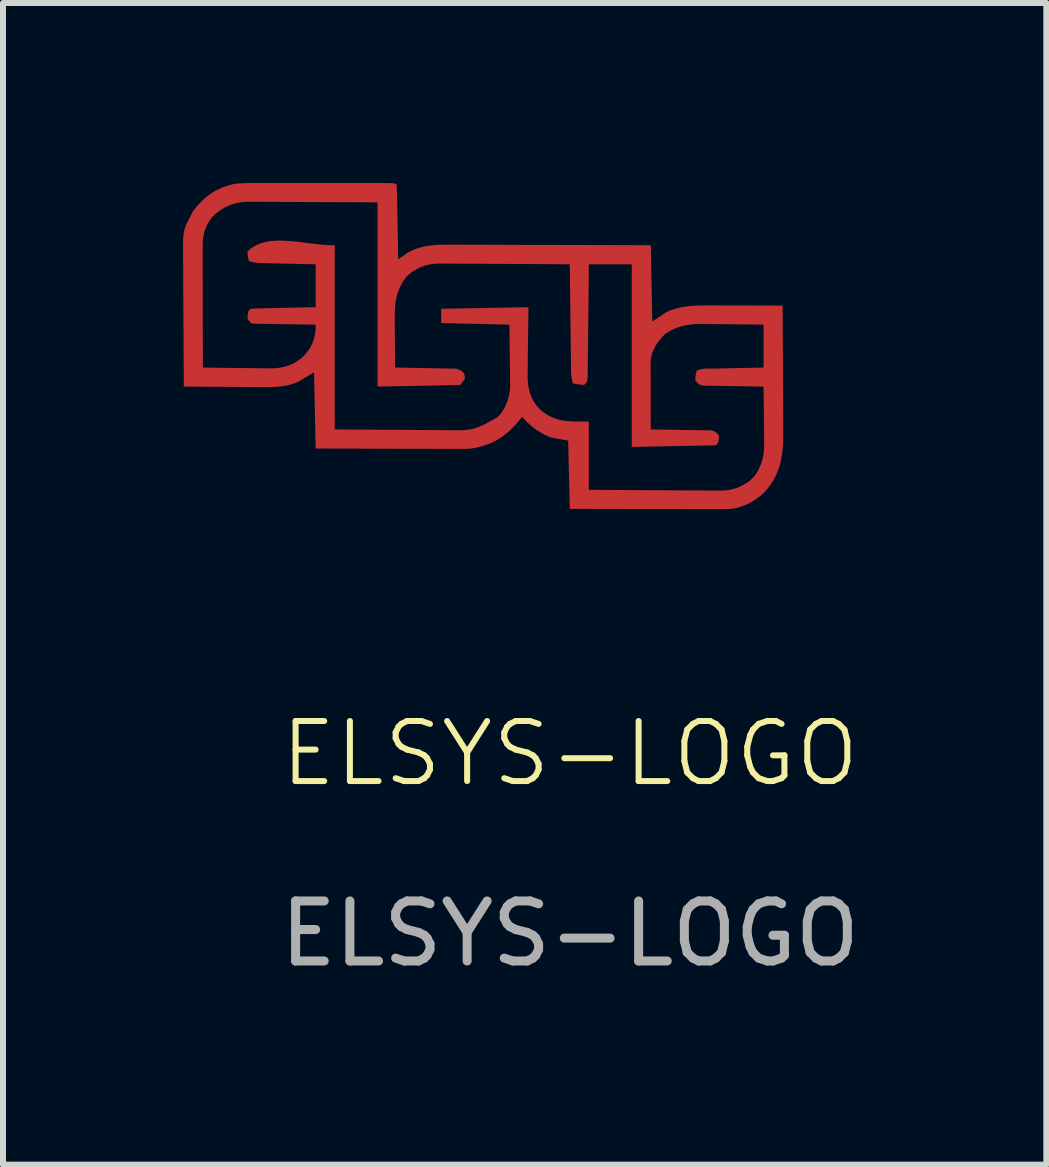
<source format=kicad_pcb>
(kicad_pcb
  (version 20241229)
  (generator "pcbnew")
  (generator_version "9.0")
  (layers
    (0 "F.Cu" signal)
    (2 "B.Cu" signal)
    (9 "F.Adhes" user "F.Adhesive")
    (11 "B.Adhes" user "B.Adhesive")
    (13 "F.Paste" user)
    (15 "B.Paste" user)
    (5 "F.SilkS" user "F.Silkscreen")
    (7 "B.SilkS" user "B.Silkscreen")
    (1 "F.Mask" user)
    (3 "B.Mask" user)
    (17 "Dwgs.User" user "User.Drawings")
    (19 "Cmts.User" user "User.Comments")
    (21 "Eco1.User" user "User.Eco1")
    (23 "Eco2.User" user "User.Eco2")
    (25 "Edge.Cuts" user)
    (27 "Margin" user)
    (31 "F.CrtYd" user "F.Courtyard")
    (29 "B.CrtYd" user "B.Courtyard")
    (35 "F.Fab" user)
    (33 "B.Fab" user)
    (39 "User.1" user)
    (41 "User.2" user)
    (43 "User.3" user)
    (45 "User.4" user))
  (footprint "ELSYS-LOGO"
    (layer "F.Cu")
    (at 6.446 10.004)
    (property "Reference" "ELSYS-LOGO" (at 0 -0.5 0) (unlocked yes) (layer "F.SilkS") (effects (font (size 1 1) (thickness 0.1))))
    (fp_poly (pts (xy -3.153 -10.004) (xy -3.081 -10.004) (xy -3.027 -10.004) (xy -2.986 -10.003) (xy -2.956 -10.002) (xy -2.944 -10.001) (xy -2.934 -10) (xy -2.926 -9.998) (xy -2.919 -9.996) (xy -2.913 -9.994) (xy -2.908 -9.991) (xy -2.903 -9.988) (xy -2.898 -9.984) (xy -2.888 -9.974) (xy -2.886 -9.945) (xy -2.885 -9.916) (xy -2.884 -9.886) (xy -2.883 -9.857) (xy -2.881 -9.782) (xy -2.88 -9.7) (xy -2.878 -9.616) (xy -2.873 -9.351) (xy -2.87 -9.171) (xy -2.862 -8.731) (xy -2.819 -8.763) (xy -2.759 -8.805) (xy -2.702 -8.847) (xy -2.659 -8.869) (xy -2.616 -8.889) (xy -2.573 -8.906) (xy -2.529 -8.921) (xy -2.486 -8.933) (xy -2.443 -8.944) (xy -2.399 -8.953) (xy -2.356 -8.96) (xy -2.312 -8.966) (xy -2.267 -8.97) (xy -2.222 -8.974) (xy -2.177 -8.976) (xy -2.084 -8.978) (xy -1.989 -8.978) (xy -1.879 -8.978) (xy -1.732 -8.978) (xy -1.584 -8.977) (xy -1.275 -8.976) (xy -0.69 -8.974) (xy -0.024 -8.973) (xy 1.345 -8.969) (xy 1.371 -7.699) (xy 1.61 -7.857) (xy 1.656 -7.877) (xy 1.702 -7.894) (xy 1.748 -7.908) (xy 1.794 -7.921) (xy 1.84 -7.931) (xy 1.886 -7.94) (xy 1.931 -7.947) (xy 1.977 -7.953) (xy 2.024 -7.958) (xy 2.07 -7.961) (xy 2.164 -7.965) (xy 2.261 -7.966) (xy 2.36 -7.966) (xy 2.463 -7.966) (xy 2.731 -7.965) (xy 3.005 -7.965) (xy 3.541 -7.963) (xy 3.547 -6.985) (xy 3.549 -6.53) (xy 3.55 -6.311) (xy 3.551 -6.091) (xy 3.552 -6.008) (xy 3.552 -5.925) (xy 3.552 -5.772) (xy 3.55 -5.699) (xy 3.546 -5.626) (xy 3.54 -5.556) (xy 3.531 -5.486) (xy 3.52 -5.418) (xy 3.506 -5.351) (xy 3.488 -5.285) (xy 3.466 -5.22) (xy 3.44 -5.156) (xy 3.409 -5.093) (xy 3.374 -5.031) (xy 3.333 -4.97) (xy 3.287 -4.909) (xy 3.234 -4.849) (xy 3.202 -4.82) (xy 3.168 -4.791) (xy 3.133 -4.765) (xy 3.097 -4.739) (xy 3.06 -4.715) (xy 3.022 -4.692) (xy 2.983 -4.671) (xy 2.944 -4.652) (xy 2.903 -4.634) (xy 2.862 -4.619) (xy 2.821 -4.605) (xy 2.778 -4.594) (xy 2.736 -4.585) (xy 2.692 -4.579) (xy 2.649 -4.575) (xy 2.605 -4.573) (xy 2.535 -4.573) (xy 2.459 -4.574) (xy 2.378 -4.574) (xy 2.114 -4.574) (xy 1.932 -4.574) (xy 1.45 -4.575) (xy 0.959 -4.575) (xy -0.004 -4.577) (xy -0.031 -5.714) (xy -0.322 -5.767) (xy -0.357 -5.782) (xy -0.392 -5.797) (xy -0.426 -5.814) (xy -0.458 -5.831) (xy -0.49 -5.849) (xy -0.521 -5.868) (xy -0.552 -5.888) (xy -0.582 -5.909) (xy -0.611 -5.931) (xy -0.639 -5.954) (xy -0.667 -5.978) (xy -0.694 -6.003) (xy -0.721 -6.028) (xy -0.747 -6.055) (xy -0.773 -6.083) (xy -0.798 -6.111) (xy -0.839 -6.057) (xy -0.882 -6.007) (xy -0.924 -5.961) (xy -0.967 -5.917) (xy -1.01 -5.876) (xy -1.055 -5.838) (xy -1.1 -5.802) (xy -1.147 -5.769) (xy -1.195 -5.738) (xy -1.244 -5.71) (xy -1.295 -5.684) (xy -1.348 -5.661) (xy -1.403 -5.641) (xy -1.46 -5.622) (xy -1.519 -5.607) (xy -1.581 -5.593) (xy -1.645 -5.582) (xy -1.678 -5.58) (xy -1.712 -5.578) (xy -1.745 -5.577) (xy -1.779 -5.576) (xy -1.846 -5.576) (xy -1.913 -5.576) (xy -1.99 -5.576) (xy -2.238 -5.577) (xy -2.411 -5.577) (xy -2.865 -5.578) (xy -3.411 -5.58) (xy -4.238 -5.582) (xy -4.264 -6.852) (xy -4.529 -6.693) (xy -4.568 -6.677) (xy -4.606 -6.663) (xy -4.644 -6.651) (xy -4.683 -6.641) (xy -4.721 -6.632) (xy -4.759 -6.625) (xy -4.797 -6.619) (xy -4.835 -6.614) (xy -4.874 -6.611) (xy -4.913 -6.608) (xy -4.991 -6.606) (xy -5.072 -6.605) (xy -5.155 -6.606) (xy -5.266 -6.607) (xy -5.411 -6.607) (xy -5.556 -6.609) (xy -5.853 -6.61) (xy -6.434 -6.614) (xy -6.439 -7.592) (xy -6.442 -8.047) (xy -6.443 -8.266) (xy -6.444 -8.486) (xy -6.444 -8.569) (xy -6.445 -8.653) (xy -6.446 -8.838) (xy -6.446 -8.875) (xy -6.119 -8.875) (xy -6.119 -8.66) (xy -6.119 -8.511) (xy -6.118 -8.118) (xy -6.118 -7.718) (xy -6.116 -6.931) (xy -5.835 -6.927) (xy -5.554 -6.924) (xy -5.459 -6.923) (xy -5.363 -6.921) (xy -5.226 -6.92) (xy -5.088 -6.919) (xy -5.003 -6.916) (xy -4.962 -6.917) (xy -4.923 -6.919) (xy -4.884 -6.922) (xy -4.847 -6.927) (xy -4.81 -6.933) (xy -4.774 -6.94) (xy -4.738 -6.949) (xy -4.704 -6.96) (xy -4.67 -6.973) (xy -4.636 -6.987) (xy -4.603 -7.003) (xy -4.571 -7.021) (xy -4.539 -7.042) (xy -4.508 -7.064) (xy -4.476 -7.088) (xy -4.445 -7.115) (xy -4.418 -7.145) (xy -4.392 -7.175) (xy -4.369 -7.205) (xy -4.348 -7.235) (xy -4.328 -7.265) (xy -4.311 -7.296) (xy -4.296 -7.327) (xy -4.283 -7.358) (xy -4.272 -7.391) (xy -4.262 -7.424) (xy -4.254 -7.458) (xy -4.248 -7.493) (xy -4.243 -7.529) (xy -4.24 -7.566) (xy -4.238 -7.605) (xy -4.238 -7.646) (xy -4.336 -7.647) (xy -4.517 -7.65) (xy -4.698 -7.653) (xy -4.777 -7.654) (xy -4.855 -7.655) (xy -4.968 -7.657) (xy -5.08 -7.659) (xy -5.151 -7.659) (xy -5.217 -7.661) (xy -5.275 -7.662) (xy -5.283 -7.664) (xy -5.291 -7.665) (xy -5.297 -7.667) (xy -5.3 -7.668) (xy -5.303 -7.669) (xy -5.306 -7.67) (xy -5.309 -7.671) (xy -5.311 -7.673) (xy -5.314 -7.674) (xy -5.316 -7.675) (xy -5.318 -7.677) (xy -5.321 -7.679) (xy -5.323 -7.681) (xy -5.326 -7.683) (xy -5.328 -7.686) (xy -5.33 -7.688) (xy -5.333 -7.691) (xy -5.338 -7.698) (xy -5.344 -7.706) (xy -5.351 -7.715) (xy -5.358 -7.725) (xy -5.375 -7.752) (xy -5.371 -7.791) (xy -5.367 -7.822) (xy -5.365 -7.834) (xy -5.363 -7.845) (xy -5.36 -7.854) (xy -5.358 -7.862) (xy -5.355 -7.869) (xy -5.352 -7.875) (xy -5.349 -7.881) (xy -5.345 -7.886) (xy -5.34 -7.892) (xy -5.335 -7.897) (xy -5.322 -7.91) (xy -5.262 -7.913) (xy -5.203 -7.916) (xy -5.143 -7.917) (xy -5.083 -7.919) (xy -5.01 -7.92) (xy -4.778 -7.925) (xy -4.622 -7.929) (xy -4.238 -7.937) (xy -4.238 -8.651) (xy -4.461 -8.656) (xy -4.674 -8.661) (xy -4.823 -8.664) (xy -5.036 -8.669) (xy -5.103 -8.671) (xy -5.136 -8.672) (xy -5.167 -8.673) (xy -5.197 -8.675) (xy -5.228 -8.678) (xy -5.243 -8.68) (xy -5.257 -8.682) (xy -5.272 -8.684) (xy -5.287 -8.687) (xy -5.303 -8.691) (xy -5.318 -8.695) (xy -5.333 -8.699) (xy -5.349 -8.704) (xy -5.355 -8.729) (xy -5.36 -8.749) (xy -5.363 -8.765) (xy -5.366 -8.78) (xy -5.368 -8.795) (xy -5.37 -8.813) (xy -5.375 -8.863) (xy -5.342 -8.893) (xy -5.308 -8.921) (xy -5.272 -8.945) (xy -5.234 -8.966) (xy -5.195 -8.984) (xy -5.155 -9) (xy -5.114 -9.013) (xy -5.071 -9.023) (xy -5.028 -9.032) (xy -4.983 -9.038) (xy -4.892 -9.045) (xy -4.798 -9.046) (xy -4.701 -9.041) (xy -4.603 -9.033) (xy -4.504 -9.022) (xy -4.304 -8.997) (xy -4.206 -8.985) (xy -4.108 -8.976) (xy -4.013 -8.97) (xy -3.92 -8.969) (xy -3.92 -5.9) (xy -2.787 -5.893) (xy -2.431 -5.89) (xy -2.218 -5.889) (xy -2.148 -5.889) (xy -2.078 -5.888) (xy -1.923 -5.887) (xy -1.858 -5.887) (xy -1.801 -5.888) (xy -1.75 -5.89) (xy -1.703 -5.895) (xy -1.66 -5.901) (xy -1.619 -5.91) (xy -1.578 -5.921) (xy -1.537 -5.935) (xy -1.495 -5.953) (xy -1.449 -5.974) (xy -1.399 -5.999) (xy -1.343 -6.029) (xy -1.21 -6.101) (xy -1.185 -6.127) (xy -1.162 -6.154) (xy -1.141 -6.183) (xy -1.12 -6.212) (xy -1.102 -6.243) (xy -1.085 -6.274) (xy -1.07 -6.307) (xy -1.056 -6.34) (xy -1.043 -6.373) (xy -1.032 -6.408) (xy -1.023 -6.442) (xy -1.015 -6.477) (xy -1.008 -6.512) (xy -1.003 -6.548) (xy -1 -6.583) (xy -0.998 -6.619) (xy -0.998 -6.654) (xy -0.998 -6.69) (xy -0.999 -6.726) (xy -0.999 -6.762) (xy -1 -6.831) (xy -1.001 -6.955) (xy -1.003 -7.08) (xy -1.01 -7.646) (xy -2.147 -7.672) (xy -2.147 -7.91) (xy -0.692 -7.937) (xy -0.704 -7.055) (xy -0.705 -6.888) (xy -0.707 -6.802) (xy -0.707 -6.762) (xy -0.705 -6.723) (xy -0.702 -6.685) (xy -0.698 -6.647) (xy -0.692 -6.61) (xy -0.685 -6.574) (xy -0.677 -6.539) (xy -0.666 -6.504) (xy -0.654 -6.47) (xy -0.64 -6.436) (xy -0.624 -6.403) (xy -0.607 -6.371) (xy -0.587 -6.339) (xy -0.564 -6.307) (xy -0.54 -6.276) (xy -0.513 -6.246) (xy -0.49 -6.225) (xy -0.466 -6.206) (xy -0.443 -6.187) (xy -0.42 -6.171) (xy -0.396 -6.155) (xy -0.373 -6.141) (xy -0.35 -6.127) (xy -0.326 -6.115) (xy -0.303 -6.104) (xy -0.279 -6.094) (xy -0.232 -6.077) (xy -0.184 -6.063) (xy -0.135 -6.052) (xy -0.085 -6.044) (xy -0.033 -6.039) (xy 0.02 -6.035) (xy 0.074 -6.033) (xy 0.189 -6.032) (xy 0.313 -6.032) (xy 0.313 -4.894) (xy 1.148 -4.889) (xy 1.659 -4.886) (xy 1.865 -4.885) (xy 2.071 -4.884) (xy 2.15 -4.884) (xy 2.228 -4.883) (xy 2.339 -4.882) (xy 2.449 -4.882) (xy 2.514 -4.881) (xy 2.547 -4.882) (xy 2.58 -4.884) (xy 2.613 -4.887) (xy 2.644 -4.892) (xy 2.675 -4.898) (xy 2.706 -4.905) (xy 2.736 -4.913) (xy 2.766 -4.923) (xy 2.795 -4.934) (xy 2.824 -4.946) (xy 2.852 -4.959) (xy 2.881 -4.973) (xy 2.909 -4.989) (xy 2.937 -5.006) (xy 2.965 -5.023) (xy 2.993 -5.042) (xy 3.033 -5.084) (xy 3.075 -5.125) (xy 3.099 -5.16) (xy 3.12 -5.194) (xy 3.139 -5.229) (xy 3.156 -5.263) (xy 3.171 -5.297) (xy 3.185 -5.332) (xy 3.196 -5.367) (xy 3.206 -5.402) (xy 3.214 -5.437) (xy 3.221 -5.473) (xy 3.226 -5.51) (xy 3.23 -5.548) (xy 3.232 -5.586) (xy 3.234 -5.625) (xy 3.234 -5.666) (xy 3.234 -5.707) (xy 3.233 -5.786) (xy 3.232 -5.91) (xy 3.23 -6.034) (xy 3.229 -6.202) (xy 3.227 -6.408) (xy 3.224 -6.614) (xy 3.128 -6.615) (xy 2.952 -6.618) (xy 2.776 -6.621) (xy 2.7 -6.622) (xy 2.623 -6.623) (xy 2.514 -6.625) (xy 2.405 -6.627) (xy 2.336 -6.627) (xy 2.271 -6.629) (xy 2.215 -6.63) (xy 2.203 -6.633) (xy 2.192 -6.636) (xy 2.182 -6.639) (xy 2.173 -6.642) (xy 2.164 -6.646) (xy 2.156 -6.65) (xy 2.148 -6.655) (xy 2.141 -6.66) (xy 2.134 -6.666) (xy 2.127 -6.672) (xy 2.12 -6.678) (xy 2.113 -6.685) (xy 2.107 -6.693) (xy 2.1 -6.701) (xy 2.093 -6.71) (xy 2.086 -6.72) (xy 2.088 -6.747) (xy 2.089 -6.769) (xy 2.091 -6.786) (xy 2.092 -6.794) (xy 2.093 -6.802) (xy 2.094 -6.809) (xy 2.096 -6.817) (xy 2.1 -6.833) (xy 2.105 -6.853) (xy 2.112 -6.879) (xy 2.129 -6.886) (xy 2.146 -6.893) (xy 2.164 -6.898) (xy 2.181 -6.903) (xy 2.199 -6.906) (xy 2.217 -6.909) (xy 2.235 -6.911) (xy 2.254 -6.912) (xy 2.272 -6.913) (xy 2.291 -6.913) (xy 2.328 -6.913) (xy 2.365 -6.913) (xy 2.402 -6.913) (xy 2.473 -6.915) (xy 2.698 -6.92) (xy 2.85 -6.923) (xy 3.224 -6.931) (xy 3.224 -7.646) (xy 2.96 -7.649) (xy 2.697 -7.652) (xy 2.608 -7.653) (xy 2.518 -7.654) (xy 2.389 -7.655) (xy 2.26 -7.656) (xy 2.18 -7.658) (xy 2.14 -7.657) (xy 2.099 -7.656) (xy 2.059 -7.653) (xy 2.019 -7.649) (xy 1.979 -7.644) (xy 1.94 -7.637) (xy 1.9 -7.629) (xy 1.862 -7.619) (xy 1.823 -7.608) (xy 1.786 -7.595) (xy 1.748 -7.581) (xy 1.712 -7.564) (xy 1.676 -7.546) (xy 1.641 -7.526) (xy 1.607 -7.504) (xy 1.573 -7.48) (xy 1.549 -7.454) (xy 1.525 -7.428) (xy 1.502 -7.401) (xy 1.481 -7.373) (xy 1.46 -7.346) (xy 1.441 -7.318) (xy 1.423 -7.289) (xy 1.407 -7.26) (xy 1.393 -7.23) (xy 1.38 -7.199) (xy 1.368 -7.168) (xy 1.359 -7.135) (xy 1.352 -7.102) (xy 1.346 -7.068) (xy 1.343 -7.032) (xy 1.342 -7.014) (xy 1.342 -6.996) (xy 1.342 -6.922) (xy 1.342 -6.843) (xy 1.343 -6.761) (xy 1.343 -6.503) (xy 1.344 -6.328) (xy 1.345 -5.9) (xy 1.441 -5.898) (xy 1.617 -5.896) (xy 1.793 -5.893) (xy 1.869 -5.891) (xy 1.945 -5.89) (xy 2.055 -5.889) (xy 2.164 -5.887) (xy 2.233 -5.886) (xy 2.297 -5.885) (xy 2.354 -5.884) (xy 2.365 -5.881) (xy 2.376 -5.878) (xy 2.386 -5.875) (xy 2.396 -5.871) (xy 2.404 -5.867) (xy 2.413 -5.863) (xy 2.42 -5.858) (xy 2.428 -5.853) (xy 2.435 -5.848) (xy 2.442 -5.842) (xy 2.448 -5.835) (xy 2.455 -5.828) (xy 2.462 -5.82) (xy 2.469 -5.812) (xy 2.475 -5.803) (xy 2.483 -5.794) (xy 2.479 -5.755) (xy 2.476 -5.725) (xy 2.474 -5.714) (xy 2.472 -5.703) (xy 2.47 -5.694) (xy 2.468 -5.686) (xy 2.465 -5.679) (xy 2.462 -5.673) (xy 2.458 -5.667) (xy 2.454 -5.661) (xy 2.449 -5.655) (xy 2.444 -5.649) (xy 2.43 -5.635) (xy 1.028 -5.609) (xy 1.028 -8.651) (xy 0.313 -8.651) (xy 0.312 -8.472) (xy 0.306 -7.888) (xy 0.302 -7.534) (xy 0.298 -7.192) (xy 0.297 -7.062) (xy 0.296 -6.97) (xy 0.295 -6.879) (xy 0.294 -6.774) (xy 0.292 -6.747) (xy 0.29 -6.736) (xy 0.289 -6.727) (xy 0.287 -6.718) (xy 0.286 -6.71) (xy 0.284 -6.703) (xy 0.281 -6.697) (xy 0.278 -6.691) (xy 0.274 -6.685) (xy 0.27 -6.679) (xy 0.264 -6.672) (xy 0.258 -6.665) (xy 0.251 -6.658) (xy 0.234 -6.64) (xy 0.177 -6.646) (xy 0.157 -6.649) (xy 0.139 -6.651) (xy 0.121 -6.654) (xy 0.102 -6.657) (xy 0.049 -6.667) (xy 0.043 -6.684) (xy 0.038 -6.701) (xy 0.034 -6.717) (xy 0.031 -6.733) (xy 0.028 -6.749) (xy 0.025 -6.765) (xy 0.023 -6.781) (xy 0.022 -6.797) (xy 0.019 -6.828) (xy 0.018 -6.861) (xy 0.017 -6.93) (xy 0.016 -6.986) (xy 0.014 -7.171) (xy 0.012 -7.299) (xy 0.008 -7.635) (xy 0.004 -7.978) (xy -0.004 -8.651) (xy -0.913 -8.657) (xy -1.335 -8.659) (xy -1.539 -8.661) (xy -1.743 -8.661) (xy -1.82 -8.662) (xy -1.898 -8.662) (xy -2.007 -8.663) (xy -2.116 -8.663) (xy -2.18 -8.664) (xy -2.219 -8.663) (xy -2.257 -8.66) (xy -2.295 -8.656) (xy -2.333 -8.649) (xy -2.37 -8.641) (xy -2.406 -8.632) (xy -2.442 -8.62) (xy -2.477 -8.607) (xy -2.512 -8.592) (xy -2.545 -8.575) (xy -2.578 -8.557) (xy -2.61 -8.537) (xy -2.642 -8.515) (xy -2.672 -8.492) (xy -2.701 -8.466) (xy -2.73 -8.44) (xy -2.758 -8.4) (xy -2.784 -8.36) (xy -2.807 -8.321) (xy -2.828 -8.281) (xy -2.846 -8.24) (xy -2.862 -8.2) (xy -2.875 -8.159) (xy -2.886 -8.117) (xy -2.896 -8.075) (xy -2.904 -8.032) (xy -2.91 -7.989) (xy -2.914 -7.944) (xy -2.917 -7.899) (xy -2.919 -7.853) (xy -2.92 -7.806) (xy -2.92 -7.758) (xy -2.92 -7.686) (xy -2.918 -7.461) (xy -2.917 -7.307) (xy -2.915 -6.931) (xy -2.819 -6.93) (xy -2.467 -6.923) (xy -2.315 -6.92) (xy -2.205 -6.918) (xy -2.096 -6.916) (xy -2.027 -6.915) (xy -1.963 -6.913) (xy -1.906 -6.912) (xy -1.89 -6.91) (xy -1.883 -6.909) (xy -1.876 -6.907) (xy -1.87 -6.906) (xy -1.864 -6.904) (xy -1.859 -6.902) (xy -1.853 -6.899) (xy -1.846 -6.896) (xy -1.84 -6.892) (xy -1.832 -6.888) (xy -1.824 -6.883) (xy -1.814 -6.877) (xy -1.803 -6.87) (xy -1.777 -6.852) (xy -1.769 -6.836) (xy -1.766 -6.829) (xy -1.764 -6.823) (xy -1.761 -6.817) (xy -1.759 -6.812) (xy -1.758 -6.807) (xy -1.756 -6.802) (xy -1.755 -6.797) (xy -1.754 -6.791) (xy -1.754 -6.786) (xy -1.753 -6.78) (xy -1.752 -6.773) (xy -1.752 -6.765) (xy -1.751 -6.746) (xy -1.83 -6.64) (xy -3.206 -6.614) (xy -3.206 -9.683) (xy -4.357 -9.688) (xy -4.719 -9.69) (xy -4.935 -9.691) (xy -5.007 -9.691) (xy -5.078 -9.692) (xy -5.187 -9.692) (xy -5.296 -9.692) (xy -5.36 -9.693) (xy -5.403 -9.692) (xy -5.446 -9.689) (xy -5.488 -9.684) (xy -5.528 -9.676) (xy -5.568 -9.668) (xy -5.607 -9.657) (xy -5.645 -9.644) (xy -5.683 -9.629) (xy -5.72 -9.613) (xy -5.756 -9.594) (xy -5.791 -9.574) (xy -5.826 -9.552) (xy -5.86 -9.528) (xy -5.893 -9.502) (xy -5.925 -9.474) (xy -5.957 -9.445) (xy -5.98 -9.414) (xy -6.001 -9.385) (xy -6.019 -9.355) (xy -6.036 -9.326) (xy -6.051 -9.297) (xy -6.064 -9.268) (xy -6.076 -9.238) (xy -6.086 -9.209) (xy -6.095 -9.178) (xy -6.102 -9.148) (xy -6.107 -9.116) (xy -6.112 -9.084) (xy -6.115 -9.05) (xy -6.118 -9.015) (xy -6.119 -8.979) (xy -6.119 -8.941) (xy -6.119 -8.875) (xy -6.446 -8.875) (xy -6.446 -8.98) (xy -6.445 -9.038) (xy -6.443 -9.088) (xy -6.439 -9.132) (xy -6.434 -9.172) (xy -6.428 -9.207) (xy -6.42 -9.24) (xy -6.41 -9.271) (xy -6.399 -9.302) (xy -6.385 -9.334) (xy -6.368 -9.367) (xy -6.328 -9.445) (xy -6.286 -9.525) (xy -6.254 -9.57) (xy -6.22 -9.613) (xy -6.184 -9.654) (xy -6.148 -9.692) (xy -6.11 -9.729) (xy -6.071 -9.763) (xy -6.03 -9.795) (xy -5.988 -9.826) (xy -5.944 -9.854) (xy -5.899 -9.879) (xy -5.853 -9.903) (xy -5.805 -9.925) (xy -5.755 -9.944) (xy -5.704 -9.961) (xy -5.651 -9.976) (xy -5.597 -9.989) (xy -5.554 -9.994) (xy -5.511 -9.998) (xy -5.468 -10) (xy -5.425 -10.002) (xy -5.382 -10.003) (xy -5.339 -10.004) (xy -5.252 -10.004) (xy -5.175 -10.004) (xy -4.926 -10.004) (xy -4.752 -10.004) (xy -4.389 -10.004) (xy -3.923 -10.004) (xy -3.565 -10.004) (xy -3.393 -10.004)) (stroke (width 0) (type solid)) (fill yes) (layer "F.Cu"))
    (fp_poly (pts (xy -3.153 -9.965) (xy -3.081 -9.965) (xy -3.027 -9.965) (xy -2.986 -9.965) (xy -2.956 -9.963) (xy -2.944 -9.963) (xy -2.934 -9.961) (xy -2.926 -9.96) (xy -2.919 -9.958) (xy -2.913 -9.955) (xy -2.908 -9.952) (xy -2.903 -9.949) (xy -2.898 -9.945) (xy -2.888 -9.935) (xy -2.886 -9.906) (xy -2.885 -9.877) (xy -2.884 -9.848) (xy -2.883 -9.818) (xy -2.881 -9.743) (xy -2.88 -9.661) (xy -2.878 -9.577) (xy -2.873 -9.312) (xy -2.87 -9.133) (xy -2.862 -8.692) (xy -2.819 -8.724) (xy -2.759 -8.766) (xy -2.702 -8.808) (xy -2.659 -8.83) (xy -2.616 -8.85) (xy -2.573 -8.867) (xy -2.529 -8.882) (xy -2.486 -8.894) (xy -2.443 -8.905) (xy -2.399 -8.914) (xy -2.356 -8.921) (xy -2.312 -8.927) (xy -2.267 -8.932) (xy -2.222 -8.935) (xy -2.177 -8.937) (xy -2.084 -8.939) (xy -1.989 -8.939) (xy -1.879 -8.939) (xy -1.732 -8.939) (xy -1.584 -8.938) (xy -1.275 -8.937) (xy -0.69 -8.936) (xy -0.024 -8.934) (xy 1.345 -8.93) (xy 1.371 -7.66) (xy 1.61 -7.819) (xy 1.656 -7.838) (xy 1.702 -7.855) (xy 1.748 -7.87) (xy 1.794 -7.882) (xy 1.84 -7.893) (xy 1.886 -7.901) (xy 1.931 -7.909) (xy 1.977 -7.914) (xy 2.024 -7.919) (xy 2.07 -7.922) (xy 2.164 -7.926) (xy 2.261 -7.927) (xy 2.36 -7.927) (xy 2.463 -7.927) (xy 2.731 -7.926) (xy 3.005 -7.926) (xy 3.541 -7.925) (xy 3.547 -6.946) (xy 3.549 -6.492) (xy 3.55 -6.272) (xy 3.551 -6.053) (xy 3.552 -5.969) (xy 3.552 -5.886) (xy 3.552 -5.734) (xy 3.55 -5.66) (xy 3.546 -5.588) (xy 3.54 -5.517) (xy 3.531 -5.447) (xy 3.52 -5.379) (xy 3.506 -5.312) (xy 3.488 -5.246) (xy 3.466 -5.181) (xy 3.44 -5.117) (xy 3.409 -5.054) (xy 3.374 -4.992) (xy 3.333 -4.931) (xy 3.287 -4.87) (xy 3.234 -4.81) (xy 3.202 -4.781) (xy 3.168 -4.753) (xy 3.133 -4.726) (xy 3.097 -4.7) (xy 3.06 -4.676) (xy 3.022 -4.653) (xy 2.983 -4.632) (xy 2.944 -4.613) (xy 2.903 -4.595) (xy 2.862 -4.58) (xy 2.821 -4.567) (xy 2.778 -4.555) (xy 2.736 -4.546) (xy 2.692 -4.54) (xy 2.649 -4.536) (xy 2.605 -4.535) (xy 2.535 -4.535) (xy 2.459 -4.535) (xy 2.378 -4.535) (xy 2.114 -4.535) (xy 1.932 -4.535) (xy 1.45 -4.536) (xy 0.959 -4.537) (xy -0.004 -4.538) (xy -0.031 -5.676) (xy -0.322 -5.729) (xy -0.357 -5.743) (xy -0.392 -5.758) (xy -0.426 -5.775) (xy -0.458 -5.792) (xy -0.49 -5.81) (xy -0.521 -5.829) (xy -0.552 -5.85) (xy -0.582 -5.871) (xy -0.611 -5.892) (xy -0.639 -5.915) (xy -0.667 -5.939) (xy -0.694 -5.964) (xy -0.721 -5.99) (xy -0.747 -6.016) (xy -0.773 -6.044) (xy -0.798 -6.072) (xy -0.839 -6.018) (xy -0.882 -5.969) (xy -0.924 -5.922) (xy -0.967 -5.879) (xy -1.01 -5.837) (xy -1.055 -5.799) (xy -1.1 -5.763) (xy -1.147 -5.73) (xy -1.195 -5.699) (xy -1.244 -5.671) (xy -1.295 -5.646) (xy -1.348 -5.623) (xy -1.403 -5.602) (xy -1.46 -5.584) (xy -1.519 -5.568) (xy -1.581 -5.554) (xy -1.645 -5.543) (xy -1.678 -5.541) (xy -1.712 -5.54) (xy -1.745 -5.538) (xy -1.779 -5.538) (xy -1.846 -5.537) (xy -1.913 -5.537) (xy -1.99 -5.537) (xy -2.238 -5.538) (xy -2.411 -5.538) (xy -2.865 -5.54) (xy -3.411 -5.541) (xy -4.238 -5.543) (xy -4.264 -6.813) (xy -4.529 -6.655) (xy -4.568 -6.638) (xy -4.606 -6.624) (xy -4.644 -6.612) (xy -4.683 -6.602) (xy -4.721 -6.593) (xy -4.759 -6.586) (xy -4.797 -6.58) (xy -4.835 -6.576) (xy -4.874 -6.572) (xy -4.913 -6.57) (xy -4.991 -6.567) (xy -5.072 -6.567) (xy -5.155 -6.567) (xy -5.266 -6.568) (xy -5.411 -6.569) (xy -5.556 -6.57) (xy -5.853 -6.571) (xy -6.434 -6.575) (xy -6.439 -7.554) (xy -6.442 -8.008) (xy -6.443 -8.228) (xy -6.444 -8.447) (xy -6.444 -8.531) (xy -6.445 -8.614) (xy -6.446 -8.799) (xy -6.446 -8.836) (xy -6.119 -8.836) (xy -6.119 -8.621) (xy -6.119 -8.472) (xy -6.118 -8.079) (xy -6.118 -7.679) (xy -6.116 -6.893) (xy -5.835 -6.888) (xy -5.554 -6.885) (xy -5.459 -6.884) (xy -5.363 -6.883) (xy -5.226 -6.881) (xy -5.088 -6.88) (xy -5.003 -6.878) (xy -4.962 -6.878) (xy -4.923 -6.88) (xy -4.884 -6.883) (xy -4.847 -6.888) (xy -4.81 -6.894) (xy -4.774 -6.901) (xy -4.738 -6.91) (xy -4.704 -6.921) (xy -4.67 -6.934) (xy -4.636 -6.948) (xy -4.603 -6.964) (xy -4.571 -6.983) (xy -4.539 -7.003) (xy -4.508 -7.025) (xy -4.476 -7.05) (xy -4.445 -7.076) (xy -4.418 -7.107) (xy -4.392 -7.136) (xy -4.369 -7.166) (xy -4.348 -7.196) (xy -4.328 -7.226) (xy -4.311 -7.257) (xy -4.296 -7.288) (xy -4.283 -7.32) (xy -4.272 -7.352) (xy -4.262 -7.385) (xy -4.254 -7.419) (xy -4.248 -7.454) (xy -4.243 -7.49) (xy -4.24 -7.528) (xy -4.238 -7.567) (xy -4.238 -7.607) (xy -4.336 -7.608) (xy -4.517 -7.611) (xy -4.698 -7.614) (xy -4.777 -7.615) (xy -4.855 -7.616) (xy -4.968 -7.618) (xy -5.08 -7.62) (xy -5.151 -7.621) (xy -5.217 -7.622) (xy -5.275 -7.623) (xy -5.283 -7.625) (xy -5.291 -7.627) (xy -5.297 -7.628) (xy -5.3 -7.629) (xy -5.303 -7.63) (xy -5.306 -7.631) (xy -5.309 -7.633) (xy -5.311 -7.634) (xy -5.314 -7.635) (xy -5.316 -7.637) (xy -5.318 -7.638) (xy -5.321 -7.64) (xy -5.323 -7.642) (xy -5.326 -7.644) (xy -5.328 -7.647) (xy -5.33 -7.649) (xy -5.333 -7.652) (xy -5.338 -7.659) (xy -5.344 -7.667) (xy -5.351 -7.676) (xy -5.358 -7.687) (xy -5.375 -7.713) (xy -5.371 -7.753) (xy -5.367 -7.783) (xy -5.365 -7.795) (xy -5.363 -7.806) (xy -5.36 -7.815) (xy -5.358 -7.823) (xy -5.355 -7.83) (xy -5.352 -7.836) (xy -5.349 -7.842) (xy -5.345 -7.847) (xy -5.34 -7.853) (xy -5.335 -7.859) (xy -5.322 -7.872) (xy -5.262 -7.875) (xy -5.203 -7.877) (xy -5.143 -7.879) (xy -5.083 -7.88) (xy -5.01 -7.882) (xy -4.778 -7.887) (xy -4.622 -7.89) (xy -4.238 -7.898) (xy -4.238 -8.612) (xy -4.461 -8.617) (xy -4.674 -8.622) (xy -4.823 -8.626) (xy -5.036 -8.631) (xy -5.103 -8.632) (xy -5.136 -8.633) (xy -5.167 -8.634) (xy -5.197 -8.636) (xy -5.228 -8.639) (xy -5.243 -8.641) (xy -5.257 -8.643) (xy -5.272 -8.646) (xy -5.287 -8.649) (xy -5.303 -8.652) (xy -5.318 -8.656) (xy -5.333 -8.66) (xy -5.349 -8.665) (xy -5.355 -8.69) (xy -5.36 -8.71) (xy -5.363 -8.726) (xy -5.366 -8.741) (xy -5.368 -8.756) (xy -5.37 -8.774) (xy -5.375 -8.824) (xy -5.342 -8.855) (xy -5.308 -8.882) (xy -5.272 -8.906) (xy -5.234 -8.927) (xy -5.195 -8.945) (xy -5.155 -8.961) (xy -5.114 -8.974) (xy -5.071 -8.984) (xy -5.028 -8.993) (xy -4.983 -8.999) (xy -4.892 -9.006) (xy -4.798 -9.007) (xy -4.701 -9.003) (xy -4.603 -8.994) (xy -4.504 -8.983) (xy -4.304 -8.958) (xy -4.206 -8.946) (xy -4.108 -8.937) (xy -4.013 -8.931) (xy -3.92 -8.93) (xy -3.92 -5.861) (xy -2.787 -5.854) (xy -2.431 -5.851) (xy -2.218 -5.851) (xy -2.148 -5.85) (xy -2.078 -5.85) (xy -1.923 -5.848) (xy -1.858 -5.848) (xy -1.801 -5.849) (xy -1.75 -5.852) (xy -1.703 -5.856) (xy -1.66 -5.862) (xy -1.619 -5.871) (xy -1.578 -5.882) (xy -1.537 -5.897) (xy -1.495 -5.914) (xy -1.449 -5.936) (xy -1.399 -5.961) (xy -1.343 -5.99) (xy -1.21 -6.063) (xy -1.185 -6.088) (xy -1.162 -6.116) (xy -1.141 -6.144) (xy -1.12 -6.174) (xy -1.102 -6.204) (xy -1.085 -6.236) (xy -1.07 -6.268) (xy -1.056 -6.301) (xy -1.043 -6.335) (xy -1.032 -6.369) (xy -1.023 -6.403) (xy -1.015 -6.438) (xy -1.008 -6.474) (xy -1.003 -6.509) (xy -1 -6.544) (xy -0.998 -6.58) (xy -0.998 -6.616) (xy -0.998 -6.652) (xy -0.999 -6.688) (xy -0.999 -6.723) (xy -1 -6.792) (xy -1.001 -6.917) (xy -1.003 -7.042) (xy -1.01 -7.607) (xy -2.147 -7.634) (xy -2.147 -7.872) (xy -0.692 -7.898) (xy -0.704 -7.016) (xy -0.705 -6.849) (xy -0.707 -6.763) (xy -0.707 -6.723) (xy -0.705 -6.684) (xy -0.702 -6.646) (xy -0.698 -6.608) (xy -0.692 -6.571) (xy -0.685 -6.535) (xy -0.677 -6.5) (xy -0.666 -6.465) (xy -0.654 -6.431) (xy -0.64 -6.397) (xy -0.624 -6.364) (xy -0.607 -6.332) (xy -0.587 -6.3) (xy -0.564 -6.268) (xy -0.54 -6.238) (xy -0.513 -6.207) (xy -0.49 -6.186) (xy -0.466 -6.167) (xy -0.443 -6.149) (xy -0.42 -6.132) (xy -0.396 -6.116) (xy -0.373 -6.102) (xy -0.35 -6.089) (xy -0.326 -6.076) (xy -0.303 -6.065) (xy -0.279 -6.055) (xy -0.232 -6.038) (xy -0.184 -6.024) (xy -0.135 -6.014) (xy -0.085 -6.006) (xy -0.033 -6) (xy 0.02 -5.996) (xy 0.074 -5.994) (xy 0.189 -5.993) (xy 0.313 -5.993) (xy 0.313 -4.855) (xy 1.148 -4.85) (xy 1.659 -4.847) (xy 1.865 -4.846) (xy 2.071 -4.845) (xy 2.15 -4.845) (xy 2.228 -4.844) (xy 2.339 -4.844) (xy 2.449 -4.843) (xy 2.514 -4.842) (xy 2.547 -4.843) (xy 2.58 -4.845) (xy 2.613 -4.849) (xy 2.644 -4.853) (xy 2.675 -4.859) (xy 2.706 -4.866) (xy 2.736 -4.875) (xy 2.766 -4.884) (xy 2.795 -4.895) (xy 2.824 -4.907) (xy 2.852 -4.92) (xy 2.881 -4.934) (xy 2.909 -4.95) (xy 2.937 -4.967) (xy 2.965 -4.985) (xy 2.993 -5.004) (xy 3.033 -5.046) (xy 3.075 -5.086) (xy 3.099 -5.121) (xy 3.12 -5.156) (xy 3.139 -5.19) (xy 3.156 -5.224) (xy 3.171 -5.259) (xy 3.185 -5.293) (xy 3.196 -5.328) (xy 3.206 -5.363) (xy 3.214 -5.399) (xy 3.221 -5.435) (xy 3.226 -5.471) (xy 3.23 -5.509) (xy 3.232 -5.547) (xy 3.234 -5.586) (xy 3.234 -5.627) (xy 3.234 -5.668) (xy 3.233 -5.747) (xy 3.232 -5.871) (xy 3.23 -5.995) (xy 3.229 -6.164) (xy 3.227 -6.369) (xy 3.224 -6.575) (xy 3.128 -6.576) (xy 2.952 -6.579) (xy 2.776 -6.582) (xy 2.7 -6.583) (xy 2.623 -6.584) (xy 2.514 -6.586) (xy 2.405 -6.588) (xy 2.336 -6.589) (xy 2.271 -6.59) (xy 2.215 -6.591) (xy 2.203 -6.594) (xy 2.192 -6.597) (xy 2.182 -6.6) (xy 2.173 -6.604) (xy 2.164 -6.607) (xy 2.156 -6.612) (xy 2.148 -6.616) (xy 2.141 -6.621) (xy 2.134 -6.627) (xy 2.127 -6.633) (xy 2.12 -6.639) (xy 2.113 -6.647) (xy 2.107 -6.654) (xy 2.1 -6.662) (xy 2.093 -6.671) (xy 2.086 -6.681) (xy 2.088 -6.708) (xy 2.089 -6.73) (xy 2.091 -6.748) (xy 2.092 -6.755) (xy 2.093 -6.763) (xy 2.094 -6.77) (xy 2.096 -6.778) (xy 2.1 -6.795) (xy 2.105 -6.815) (xy 2.112 -6.84) (xy 2.129 -6.848) (xy 2.146 -6.854) (xy 2.164 -6.859) (xy 2.181 -6.864) (xy 2.199 -6.867) (xy 2.217 -6.87) (xy 2.235 -6.872) (xy 2.254 -6.873) (xy 2.272 -6.874) (xy 2.291 -6.875) (xy 2.328 -6.875) (xy 2.365 -6.874) (xy 2.402 -6.875) (xy 2.473 -6.876) (xy 2.698 -6.881) (xy 2.85 -6.885) (xy 3.224 -6.893) (xy 3.224 -7.607) (xy 2.96 -7.61) (xy 2.697 -7.613) (xy 2.608 -7.614) (xy 2.518 -7.615) (xy 2.389 -7.617) (xy 2.26 -7.617) (xy 2.18 -7.619) (xy 2.14 -7.619) (xy 2.099 -7.617) (xy 2.059 -7.614) (xy 2.019 -7.61) (xy 1.979 -7.605) (xy 1.94 -7.598) (xy 1.9 -7.59) (xy 1.862 -7.58) (xy 1.823 -7.569) (xy 1.786 -7.556) (xy 1.748 -7.542) (xy 1.712 -7.526) (xy 1.676 -7.508) (xy 1.641 -7.488) (xy 1.607 -7.466) (xy 1.573 -7.442) (xy 1.549 -7.415) (xy 1.525 -7.389) (xy 1.502 -7.362) (xy 1.481 -7.335) (xy 1.46 -7.307) (xy 1.441 -7.279) (xy 1.423 -7.25) (xy 1.407 -7.221) (xy 1.393 -7.191) (xy 1.38 -7.161) (xy 1.368 -7.129) (xy 1.359 -7.097) (xy 1.352 -7.063) (xy 1.346 -7.029) (xy 1.343 -6.994) (xy 1.342 -6.976) (xy 1.342 -6.957) (xy 1.342 -6.883) (xy 1.342 -6.804) (xy 1.343 -6.722) (xy 1.343 -6.464) (xy 1.344 -6.29) (xy 1.345 -5.861) (xy 1.441 -5.86) (xy 1.617 -5.857) (xy 1.793 -5.854) (xy 1.869 -5.853) (xy 1.945 -5.852) (xy 2.055 -5.85) (xy 2.164 -5.848) (xy 2.233 -5.847) (xy 2.297 -5.846) (xy 2.354 -5.845) (xy 2.365 -5.842) (xy 2.376 -5.839) (xy 2.386 -5.836) (xy 2.396 -5.832) (xy 2.404 -5.829) (xy 2.413 -5.824) (xy 2.42 -5.82) (xy 2.428 -5.814) (xy 2.435 -5.809) (xy 2.442 -5.803) (xy 2.448 -5.796) (xy 2.455 -5.789) (xy 2.462 -5.782) (xy 2.469 -5.773) (xy 2.475 -5.765) (xy 2.483 -5.755) (xy 2.479 -5.716) (xy 2.476 -5.687) (xy 2.474 -5.675) (xy 2.472 -5.664) (xy 2.47 -5.655) (xy 2.468 -5.647) (xy 2.465 -5.64) (xy 2.462 -5.634) (xy 2.458 -5.628) (xy 2.454 -5.622) (xy 2.449 -5.616) (xy 2.444 -5.61) (xy 2.43 -5.596) (xy 1.028 -5.57) (xy 1.028 -8.612) (xy 0.313 -8.612) (xy 0.312 -8.434) (xy 0.306 -7.849) (xy 0.302 -7.495) (xy 0.298 -7.153) (xy 0.297 -7.023) (xy 0.296 -6.932) (xy 0.295 -6.84) (xy 0.294 -6.735) (xy 0.292 -6.709) (xy 0.29 -6.698) (xy 0.289 -6.688) (xy 0.287 -6.679) (xy 0.286 -6.671) (xy 0.284 -6.665) (xy 0.281 -6.658) (xy 0.278 -6.652) (xy 0.274 -6.646) (xy 0.27 -6.64) (xy 0.264 -6.634) (xy 0.258 -6.627) (xy 0.251 -6.619) (xy 0.234 -6.602) (xy 0.177 -6.608) (xy 0.157 -6.61) (xy 0.139 -6.612) (xy 0.121 -6.615) (xy 0.102 -6.618) (xy 0.049 -6.628) (xy 0.043 -6.645) (xy 0.038 -6.662) (xy 0.034 -6.678) (xy 0.031 -6.694) (xy 0.028 -6.71) (xy 0.025 -6.726) (xy 0.023 -6.742) (xy 0.022 -6.758) (xy 0.019 -6.79) (xy 0.018 -6.822) (xy 0.017 -6.891) (xy 0.016 -6.948) (xy 0.014 -7.132) (xy 0.012 -7.26) (xy 0.008 -7.596) (xy 0.004 -7.939) (xy -0.004 -8.612) (xy -0.913 -8.618) (xy -1.335 -8.62) (xy -1.539 -8.622) (xy -1.743 -8.623) (xy -1.82 -8.623) (xy -1.898 -8.624) (xy -2.007 -8.624) (xy -2.116 -8.625) (xy -2.18 -8.626) (xy -2.219 -8.625) (xy -2.257 -8.622) (xy -2.295 -8.617) (xy -2.333 -8.611) (xy -2.37 -8.603) (xy -2.406 -8.593) (xy -2.442 -8.581) (xy -2.477 -8.568) (xy -2.512 -8.553) (xy -2.545 -8.537) (xy -2.578 -8.518) (xy -2.61 -8.498) (xy -2.642 -8.476) (xy -2.672 -8.453) (xy -2.701 -8.428) (xy -2.73 -8.401) (xy -2.758 -8.361) (xy -2.784 -8.322) (xy -2.807 -8.282) (xy -2.828 -8.242) (xy -2.846 -8.202) (xy -2.862 -8.161) (xy -2.875 -8.12) (xy -2.886 -8.078) (xy -2.896 -8.036) (xy -2.904 -7.993) (xy -2.91 -7.95) (xy -2.914 -7.906) (xy -2.917 -7.861) (xy -2.919 -7.815) (xy -2.92 -7.768) (xy -2.92 -7.72) (xy -2.92 -7.647) (xy -2.918 -7.422) (xy -2.917 -7.268) (xy -2.915 -6.893) (xy -2.819 -6.891) (xy -2.467 -6.884) (xy -2.315 -6.882) (xy -2.205 -6.88) (xy -2.096 -6.877) (xy -2.027 -6.876) (xy -1.963 -6.875) (xy -1.906 -6.874) (xy -1.89 -6.871) (xy -1.883 -6.87) (xy -1.876 -6.869) (xy -1.87 -6.867) (xy -1.864 -6.865) (xy -1.859 -6.863) (xy -1.853 -6.861) (xy -1.846 -6.857) (xy -1.84 -6.854) (xy -1.832 -6.849) (xy -1.824 -6.844) (xy -1.814 -6.838) (xy -1.803 -6.831) (xy -1.777 -6.813) (xy -1.769 -6.797) (xy -1.766 -6.79) (xy -1.764 -6.784) (xy -1.761 -6.778) (xy -1.759 -6.773) (xy -1.758 -6.768) (xy -1.756 -6.763) (xy -1.755 -6.758) (xy -1.754 -6.753) (xy -1.754 -6.747) (xy -1.753 -6.741) (xy -1.752 -6.734) (xy -1.752 -6.726) (xy -1.751 -6.707) (xy -1.83 -6.602) (xy -3.206 -6.575) (xy -3.206 -9.644) (xy -4.357 -9.649) (xy -4.719 -9.652) (xy -4.935 -9.652) (xy -5.007 -9.652) (xy -5.078 -9.653) (xy -5.187 -9.653) (xy -5.296 -9.653) (xy -5.36 -9.654) (xy -5.403 -9.653) (xy -5.446 -9.65) (xy -5.488 -9.645) (xy -5.528 -9.638) (xy -5.568 -9.629) (xy -5.607 -9.618) (xy -5.645 -9.605) (xy -5.683 -9.59) (xy -5.72 -9.574) (xy -5.756 -9.555) (xy -5.791 -9.535) (xy -5.826 -9.513) (xy -5.86 -9.489) (xy -5.893 -9.463) (xy -5.925 -9.436) (xy -5.957 -9.406) (xy -5.98 -9.376) (xy -6.001 -9.346) (xy -6.019 -9.316) (xy -6.036 -9.287) (xy -6.051 -9.258) (xy -6.064 -9.229) (xy -6.076 -9.2) (xy -6.086 -9.17) (xy -6.095 -9.14) (xy -6.102 -9.109) (xy -6.107 -9.077) (xy -6.112 -9.045) (xy -6.115 -9.011) (xy -6.118 -8.976) (xy -6.119 -8.94) (xy -6.119 -8.902) (xy -6.119 -8.836) (xy -6.446 -8.836) (xy -6.446 -8.941) (xy -6.445 -8.999) (xy -6.443 -9.049) (xy -6.439 -9.094) (xy -6.434 -9.133) (xy -6.428 -9.168) (xy -6.42 -9.201) (xy -6.41 -9.232) (xy -6.399 -9.263) (xy -6.385 -9.295) (xy -6.368 -9.328) (xy -6.328 -9.406) (xy -6.286 -9.486) (xy -6.254 -9.531) (xy -6.22 -9.574) (xy -6.184 -9.615) (xy -6.148 -9.654) (xy -6.11 -9.69) (xy -6.071 -9.724) (xy -6.03 -9.757) (xy -5.988 -9.787) (xy -5.944 -9.815) (xy -5.899 -9.841) (xy -5.853 -9.864) (xy -5.805 -9.886) (xy -5.755 -9.905) (xy -5.704 -9.922) (xy -5.651 -9.937) (xy -5.597 -9.95) (xy -5.554 -9.955) (xy -5.511 -9.959) (xy -5.468 -9.962) (xy -5.425 -9.964) (xy -5.382 -9.965) (xy -5.339 -9.965) (xy -5.252 -9.965) (xy -5.175 -9.965) (xy -4.926 -9.965) (xy -4.752 -9.965) (xy -4.389 -9.965) (xy -3.923 -9.965) (xy -3.565 -9.965) (xy -3.393 -9.965)) (stroke (width 0) (type solid)) (fill yes) (layer "F.Mask"))
    (fp_text user "${REFERENCE}" (at 0 2.5 0) (unlocked yes) (layer "F.Fab") (effects (font (size 1 1) (thickness 0.15)))))
  (gr_rect
    (start -3 -3)
    (end 14.381 16.352)
    (stroke (width 0.1) (type default))
    (fill no)
    (layer "Edge.Cuts")))
</source>
